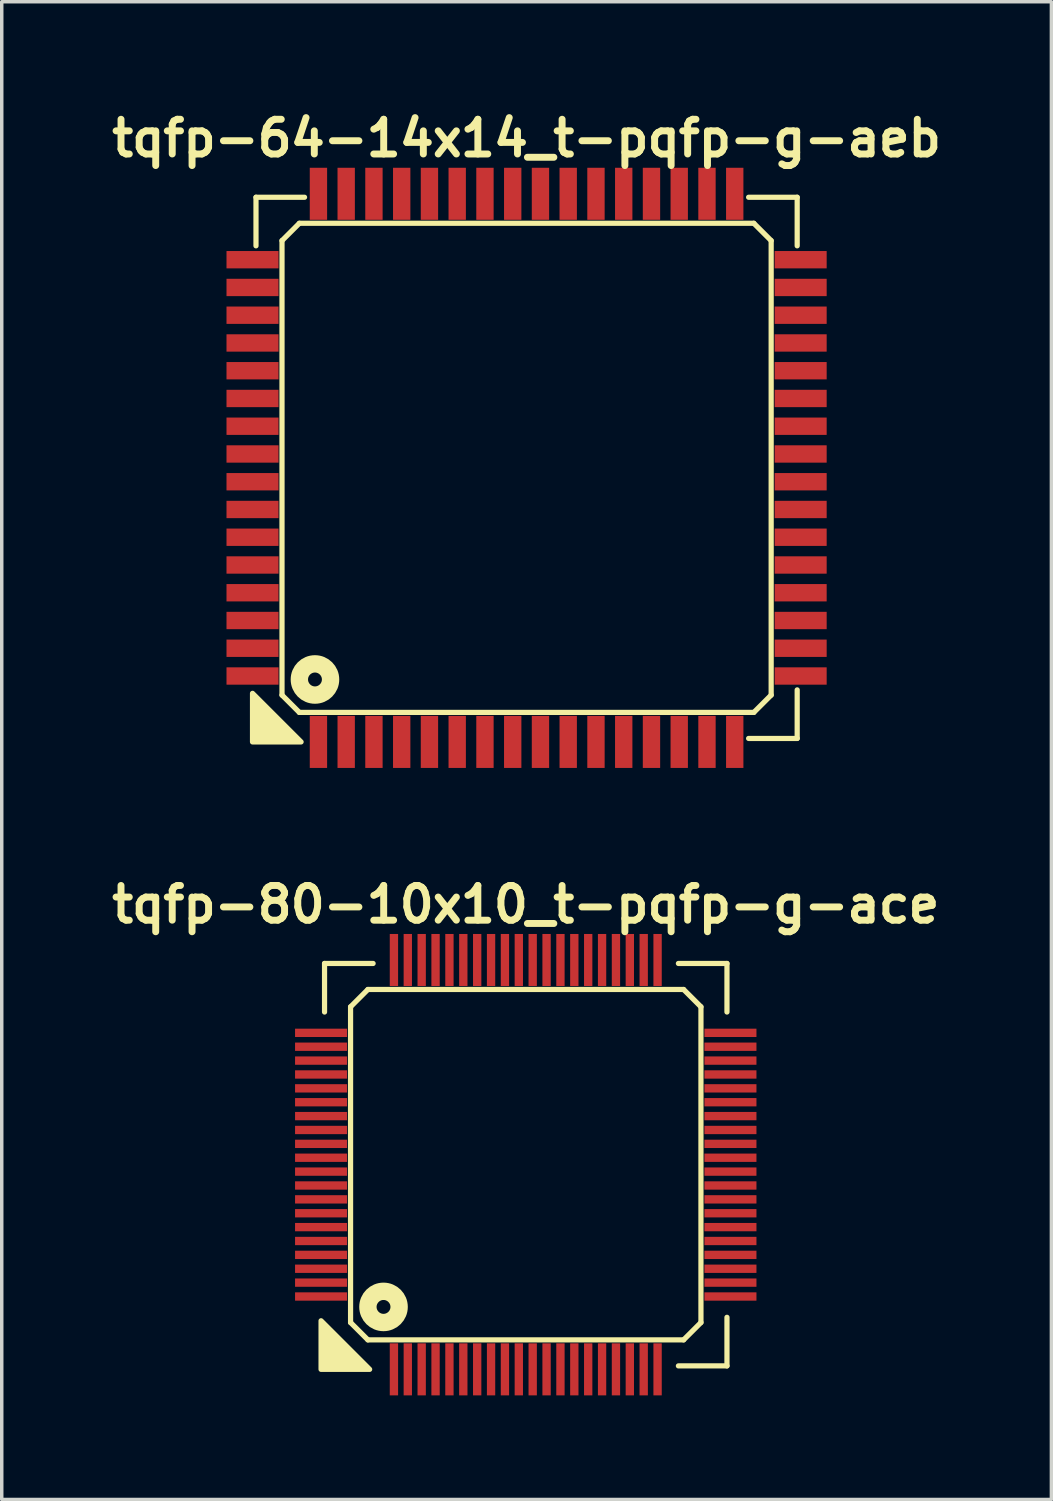
<source format=kicad_pcb>
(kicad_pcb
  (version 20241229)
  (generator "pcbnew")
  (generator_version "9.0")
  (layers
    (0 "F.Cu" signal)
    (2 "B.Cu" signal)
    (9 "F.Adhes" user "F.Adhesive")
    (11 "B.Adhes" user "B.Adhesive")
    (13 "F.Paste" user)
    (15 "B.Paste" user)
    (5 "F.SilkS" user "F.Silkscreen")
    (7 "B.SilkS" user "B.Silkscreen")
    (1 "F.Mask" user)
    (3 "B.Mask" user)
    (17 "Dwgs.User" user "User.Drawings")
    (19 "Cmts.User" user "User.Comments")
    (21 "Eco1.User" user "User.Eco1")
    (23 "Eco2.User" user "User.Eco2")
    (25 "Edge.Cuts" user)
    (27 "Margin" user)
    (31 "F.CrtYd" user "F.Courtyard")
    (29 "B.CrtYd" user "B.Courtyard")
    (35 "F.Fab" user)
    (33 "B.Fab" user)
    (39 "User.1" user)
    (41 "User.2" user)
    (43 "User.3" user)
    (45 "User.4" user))
  (footprint "tqfp-64-14x14_t-pqfp-g-aeb"
    (layer "F.Cu")
    (at 12.129 10.436)
    (property "Reference" "tqfp-64-14x14_t-pqfp-g-aeb" (at 0 -9.5 0) (layer "F.SilkS") (effects (font (size 1 1) (thickness 0.2))))
    (attr smd)
    (fp_line (start -7.8 -7.8) (end -6.4 -7.8) (stroke (width 0.15) (type solid)) (layer "F.SilkS"))
    (fp_line (start -7.8 -6.4) (end -7.8 -7.8) (stroke (width 0.15) (type solid)) (layer "F.SilkS"))
    (fp_line (start -7.05 -6.55) (end -6.55 -7.05) (stroke (width 0.15) (type solid)) (layer "F.SilkS"))
    (fp_line (start -7.05 6.55) (end -7.05 -6.55) (stroke (width 0.15) (type solid)) (layer "F.SilkS"))
    (fp_line (start -6.55 -7.05) (end 6.55 -7.05) (stroke (width 0.15) (type solid)) (layer "F.SilkS"))
    (fp_line (start -6.55 7.05) (end -7.05 6.55) (stroke (width 0.15) (type solid)) (layer "F.SilkS"))
    (fp_line (start 6.4 -7.8) (end 7.8 -7.8) (stroke (width 0.15) (type solid)) (layer "F.SilkS"))
    (fp_line (start 6.55 -7.05) (end 7.05 -6.55) (stroke (width 0.15) (type solid)) (layer "F.SilkS"))
    (fp_line (start 6.55 7.05) (end -6.55 7.05) (stroke (width 0.15) (type solid)) (layer "F.SilkS"))
    (fp_line (start 7.05 -6.55) (end 7.05 6.55) (stroke (width 0.15) (type solid)) (layer "F.SilkS"))
    (fp_line (start 7.05 6.55) (end 6.55 7.05) (stroke (width 0.15) (type solid)) (layer "F.SilkS"))
    (fp_line (start 7.8 -7.8) (end 7.8 -6.4) (stroke (width 0.15) (type solid)) (layer "F.SilkS"))
    (fp_line (start 7.8 6.4) (end 7.8 7.8) (stroke (width 0.15) (type solid)) (layer "F.SilkS"))
    (fp_line (start 7.8 7.8) (end 6.4 7.8) (stroke (width 0.15) (type solid)) (layer "F.SilkS"))
    (fp_circle (center -6.1 6.1) (end -5.9 6.1) (stroke (width 0.5) (type solid)) (fill no) (layer "F.SilkS"))
    (fp_poly (pts (xy -6.5 7.9) (xy -7.9 7.9) (xy -7.9 6.5)) (stroke (width 0.15) (type solid)) (fill yes) (layer "F.SilkS"))
    (pad "1" smd rect (at -6 7.9) (size 0.5 1.5) (layers "F.Cu" "F.Mask" "F.Paste"))
    (pad "2" smd rect (at -5.2 7.9) (size 0.5 1.5) (layers "F.Cu" "F.Mask" "F.Paste"))
    (pad "3" smd rect (at -4.4 7.9) (size 0.5 1.5) (layers "F.Cu" "F.Mask" "F.Paste"))
    (pad "4" smd rect (at -3.6 7.9) (size 0.5 1.5) (layers "F.Cu" "F.Mask" "F.Paste"))
    (pad "5" smd rect (at -2.8 7.9) (size 0.5 1.5) (layers "F.Cu" "F.Mask" "F.Paste"))
    (pad "6" smd rect (at -2 7.9) (size 0.5 1.5) (layers "F.Cu" "F.Mask" "F.Paste"))
    (pad "7" smd rect (at -1.2 7.9) (size 0.5 1.5) (layers "F.Cu" "F.Mask" "F.Paste"))
    (pad "8" smd rect (at -0.4 7.9) (size 0.5 1.5) (layers "F.Cu" "F.Mask" "F.Paste"))
    (pad "9" smd rect (at 0.4 7.9) (size 0.5 1.5) (layers "F.Cu" "F.Mask" "F.Paste"))
    (pad "10" smd rect (at 1.2 7.9) (size 0.5 1.5) (layers "F.Cu" "F.Mask" "F.Paste"))
    (pad "11" smd rect (at 2 7.9) (size 0.5 1.5) (layers "F.Cu" "F.Mask" "F.Paste"))
    (pad "12" smd rect (at 2.8 7.9) (size 0.5 1.5) (layers "F.Cu" "F.Mask" "F.Paste"))
    (pad "13" smd rect (at 3.6 7.9) (size 0.5 1.5) (layers "F.Cu" "F.Mask" "F.Paste"))
    (pad "14" smd rect (at 4.4 7.9) (size 0.5 1.5) (layers "F.Cu" "F.Mask" "F.Paste"))
    (pad "15" smd rect (at 5.2 7.9) (size 0.5 1.5) (layers "F.Cu" "F.Mask" "F.Paste"))
    (pad "16" smd rect (at 6 7.9) (size 0.5 1.5) (layers "F.Cu" "F.Mask" "F.Paste"))
    (pad "17" smd rect (at 7.9 6) (size 1.5 0.5) (layers "F.Cu" "F.Mask" "F.Paste"))
    (pad "18" smd rect (at 7.9 5.2) (size 1.5 0.5) (layers "F.Cu" "F.Mask" "F.Paste"))
    (pad "19" smd rect (at 7.9 4.4) (size 1.5 0.5) (layers "F.Cu" "F.Mask" "F.Paste"))
    (pad "20" smd rect (at 7.9 3.6) (size 1.5 0.5) (layers "F.Cu" "F.Mask" "F.Paste"))
    (pad "21" smd rect (at 7.9 2.8) (size 1.5 0.5) (layers "F.Cu" "F.Mask" "F.Paste"))
    (pad "22" smd rect (at 7.9 2) (size 1.5 0.5) (layers "F.Cu" "F.Mask" "F.Paste"))
    (pad "23" smd rect (at 7.9 1.2) (size 1.5 0.5) (layers "F.Cu" "F.Mask" "F.Paste"))
    (pad "24" smd rect (at 7.9 0.4) (size 1.5 0.5) (layers "F.Cu" "F.Mask" "F.Paste"))
    (pad "25" smd rect (at 7.9 -0.4) (size 1.5 0.5) (layers "F.Cu" "F.Mask" "F.Paste"))
    (pad "26" smd rect (at 7.9 -1.2) (size 1.5 0.5) (layers "F.Cu" "F.Mask" "F.Paste"))
    (pad "27" smd rect (at 7.9 -2) (size 1.5 0.5) (layers "F.Cu" "F.Mask" "F.Paste"))
    (pad "28" smd rect (at 7.9 -2.8) (size 1.5 0.5) (layers "F.Cu" "F.Mask" "F.Paste"))
    (pad "29" smd rect (at 7.9 -3.6) (size 1.5 0.5) (layers "F.Cu" "F.Mask" "F.Paste"))
    (pad "30" smd rect (at 7.9 -4.4) (size 1.5 0.5) (layers "F.Cu" "F.Mask" "F.Paste"))
    (pad "31" smd rect (at 7.9 -5.2) (size 1.5 0.5) (layers "F.Cu" "F.Mask" "F.Paste"))
    (pad "32" smd rect (at 7.9 -6) (size 1.5 0.5) (layers "F.Cu" "F.Mask" "F.Paste"))
    (pad "33" smd rect (at 6 -7.9) (size 0.5 1.5) (layers "F.Cu" "F.Mask" "F.Paste"))
    (pad "34" smd rect (at 5.2 -7.9) (size 0.5 1.5) (layers "F.Cu" "F.Mask" "F.Paste"))
    (pad "35" smd rect (at 4.4 -7.9) (size 0.5 1.5) (layers "F.Cu" "F.Mask" "F.Paste"))
    (pad "36" smd rect (at 3.6 -7.9) (size 0.5 1.5) (layers "F.Cu" "F.Mask" "F.Paste"))
    (pad "37" smd rect (at 2.8 -7.9) (size 0.5 1.5) (layers "F.Cu" "F.Mask" "F.Paste"))
    (pad "38" smd rect (at 2 -7.9) (size 0.5 1.5) (layers "F.Cu" "F.Mask" "F.Paste"))
    (pad "39" smd rect (at 1.2 -7.9) (size 0.5 1.5) (layers "F.Cu" "F.Mask" "F.Paste"))
    (pad "40" smd rect (at 0.4 -7.9) (size 0.5 1.5) (layers "F.Cu" "F.Mask" "F.Paste"))
    (pad "41" smd rect (at -0.4 -7.9) (size 0.5 1.5) (layers "F.Cu" "F.Mask" "F.Paste"))
    (pad "42" smd rect (at -1.2 -7.9) (size 0.5 1.5) (layers "F.Cu" "F.Mask" "F.Paste"))
    (pad "43" smd rect (at -2 -7.9) (size 0.5 1.5) (layers "F.Cu" "F.Mask" "F.Paste"))
    (pad "44" smd rect (at -2.8 -7.9) (size 0.5 1.5) (layers "F.Cu" "F.Mask" "F.Paste"))
    (pad "45" smd rect (at -3.6 -7.9) (size 0.5 1.5) (layers "F.Cu" "F.Mask" "F.Paste"))
    (pad "46" smd rect (at -4.4 -7.9) (size 0.5 1.5) (layers "F.Cu" "F.Mask" "F.Paste"))
    (pad "47" smd rect (at -5.2 -7.9) (size 0.5 1.5) (layers "F.Cu" "F.Mask" "F.Paste"))
    (pad "48" smd rect (at -6 -7.9) (size 0.5 1.5) (layers "F.Cu" "F.Mask" "F.Paste"))
    (pad "49" smd rect (at -7.9 -6) (size 1.5 0.5) (layers "F.Cu" "F.Mask" "F.Paste"))
    (pad "50" smd rect (at -7.9 -5.2) (size 1.5 0.5) (layers "F.Cu" "F.Mask" "F.Paste"))
    (pad "51" smd rect (at -7.9 -4.4) (size 1.5 0.5) (layers "F.Cu" "F.Mask" "F.Paste"))
    (pad "52" smd rect (at -7.9 -3.6) (size 1.5 0.5) (layers "F.Cu" "F.Mask" "F.Paste"))
    (pad "53" smd rect (at -7.9 -2.8) (size 1.5 0.5) (layers "F.Cu" "F.Mask" "F.Paste"))
    (pad "54" smd rect (at -7.9 -2) (size 1.5 0.5) (layers "F.Cu" "F.Mask" "F.Paste"))
    (pad "55" smd rect (at -7.9 -1.2) (size 1.5 0.5) (layers "F.Cu" "F.Mask" "F.Paste"))
    (pad "56" smd rect (at -7.9 -0.4) (size 1.5 0.5) (layers "F.Cu" "F.Mask" "F.Paste"))
    (pad "57" smd rect (at -7.9 0.4) (size 1.5 0.5) (layers "F.Cu" "F.Mask" "F.Paste"))
    (pad "58" smd rect (at -7.9 1.2) (size 1.5 0.5) (layers "F.Cu" "F.Mask" "F.Paste"))
    (pad "59" smd rect (at -7.9 2) (size 1.5 0.5) (layers "F.Cu" "F.Mask" "F.Paste"))
    (pad "60" smd rect (at -7.9 2.8) (size 1.5 0.5) (layers "F.Cu" "F.Mask" "F.Paste"))
    (pad "61" smd rect (at -7.9 3.6) (size 1.5 0.5) (layers "F.Cu" "F.Mask" "F.Paste"))
    (pad "62" smd rect (at -7.9 4.4) (size 1.5 0.5) (layers "F.Cu" "F.Mask" "F.Paste"))
    (pad "63" smd rect (at -7.9 5.2) (size 1.5 0.5) (layers "F.Cu" "F.Mask" "F.Paste"))
    (pad "64" smd rect (at -7.9 6) (size 1.5 0.5) (layers "F.Cu" "F.Mask" "F.Paste")))
  (footprint "tqfp-80-10x10_t-pqfp-g-ace"
    (layer "F.Cu")
    (at 12.105 30.522)
    (property "Reference" "tqfp-80-10x10_t-pqfp-g-ace" (at 0 -7.5 0) (layer "F.SilkS") (effects (font (size 1 1) (thickness 0.2))))
    (attr smd)
    (fp_line (start -5.8 -5.8) (end -4.4 -5.8) (stroke (width 0.15) (type solid)) (layer "F.SilkS"))
    (fp_line (start -5.8 -4.4) (end -5.8 -5.8) (stroke (width 0.15) (type solid)) (layer "F.SilkS"))
    (fp_line (start -5.05 -4.55) (end -4.55 -5.05) (stroke (width 0.15) (type solid)) (layer "F.SilkS"))
    (fp_line (start -5.05 4.55) (end -5.05 -4.55) (stroke (width 0.15) (type solid)) (layer "F.SilkS"))
    (fp_line (start -4.55 -5.05) (end 4.55 -5.05) (stroke (width 0.15) (type solid)) (layer "F.SilkS"))
    (fp_line (start -4.55 5.05) (end -5.05 4.55) (stroke (width 0.15) (type solid)) (layer "F.SilkS"))
    (fp_line (start 4.4 -5.8) (end 5.8 -5.8) (stroke (width 0.15) (type solid)) (layer "F.SilkS"))
    (fp_line (start 4.55 -5.05) (end 5.05 -4.55) (stroke (width 0.15) (type solid)) (layer "F.SilkS"))
    (fp_line (start 4.55 5.05) (end -4.55 5.05) (stroke (width 0.15) (type solid)) (layer "F.SilkS"))
    (fp_line (start 5.05 -4.55) (end 5.05 4.55) (stroke (width 0.15) (type solid)) (layer "F.SilkS"))
    (fp_line (start 5.05 4.55) (end 4.55 5.05) (stroke (width 0.15) (type solid)) (layer "F.SilkS"))
    (fp_line (start 5.8 -5.8) (end 5.8 -4.4) (stroke (width 0.15) (type solid)) (layer "F.SilkS"))
    (fp_line (start 5.8 4.4) (end 5.8 5.8) (stroke (width 0.15) (type solid)) (layer "F.SilkS"))
    (fp_line (start 5.8 5.8) (end 4.4 5.8) (stroke (width 0.15) (type solid)) (layer "F.SilkS"))
    (fp_circle (center -4.1 4.1) (end -3.9 4.1) (stroke (width 0.5) (type solid)) (fill no) (layer "F.SilkS"))
    (fp_poly (pts (xy -4.5 5.9) (xy -5.9 5.9) (xy -5.9 4.5)) (stroke (width 0.15) (type solid)) (fill yes) (layer "F.SilkS"))
    (pad "1" smd rect (at -3.8 5.9) (size 0.24 1.5) (layers "F.Cu" "F.Mask" "F.Paste"))
    (pad "2" smd rect (at -3.4 5.9) (size 0.24 1.5) (layers "F.Cu" "F.Mask" "F.Paste"))
    (pad "3" smd rect (at -3 5.9) (size 0.24 1.5) (layers "F.Cu" "F.Mask" "F.Paste"))
    (pad "4" smd rect (at -2.6 5.9) (size 0.24 1.5) (layers "F.Cu" "F.Mask" "F.Paste"))
    (pad "5" smd rect (at -2.2 5.9) (size 0.24 1.5) (layers "F.Cu" "F.Mask" "F.Paste"))
    (pad "6" smd rect (at -1.8 5.9) (size 0.24 1.5) (layers "F.Cu" "F.Mask" "F.Paste"))
    (pad "7" smd rect (at -1.4 5.9) (size 0.24 1.5) (layers "F.Cu" "F.Mask" "F.Paste"))
    (pad "8" smd rect (at -1 5.9) (size 0.24 1.5) (layers "F.Cu" "F.Mask" "F.Paste"))
    (pad "9" smd rect (at -0.6 5.9) (size 0.24 1.5) (layers "F.Cu" "F.Mask" "F.Paste"))
    (pad "10" smd rect (at -0.2 5.9) (size 0.24 1.5) (layers "F.Cu" "F.Mask" "F.Paste"))
    (pad "11" smd rect (at 0.2 5.9) (size 0.24 1.5) (layers "F.Cu" "F.Mask" "F.Paste"))
    (pad "12" smd rect (at 0.6 5.9) (size 0.24 1.5) (layers "F.Cu" "F.Mask" "F.Paste"))
    (pad "13" smd rect (at 1 5.9) (size 0.24 1.5) (layers "F.Cu" "F.Mask" "F.Paste"))
    (pad "14" smd rect (at 1.4 5.9) (size 0.24 1.5) (layers "F.Cu" "F.Mask" "F.Paste"))
    (pad "15" smd rect (at 1.8 5.9) (size 0.24 1.5) (layers "F.Cu" "F.Mask" "F.Paste"))
    (pad "16" smd rect (at 2.2 5.9) (size 0.24 1.5) (layers "F.Cu" "F.Mask" "F.Paste"))
    (pad "17" smd rect (at 2.6 5.9) (size 0.24 1.5) (layers "F.Cu" "F.Mask" "F.Paste"))
    (pad "18" smd rect (at 3 5.9) (size 0.24 1.5) (layers "F.Cu" "F.Mask" "F.Paste"))
    (pad "19" smd rect (at 3.4 5.9) (size 0.24 1.5) (layers "F.Cu" "F.Mask" "F.Paste"))
    (pad "20" smd rect (at 3.8 5.9) (size 0.24 1.5) (layers "F.Cu" "F.Mask" "F.Paste"))
    (pad "21" smd rect (at 5.9 3.8) (size 1.5 0.24) (layers "F.Cu" "F.Mask" "F.Paste"))
    (pad "22" smd rect (at 5.9 3.4) (size 1.5 0.24) (layers "F.Cu" "F.Mask" "F.Paste"))
    (pad "23" smd rect (at 5.9 3) (size 1.5 0.24) (layers "F.Cu" "F.Mask" "F.Paste"))
    (pad "24" smd rect (at 5.9 2.6) (size 1.5 0.24) (layers "F.Cu" "F.Mask" "F.Paste"))
    (pad "25" smd rect (at 5.9 2.2) (size 1.5 0.24) (layers "F.Cu" "F.Mask" "F.Paste"))
    (pad "26" smd rect (at 5.9 1.8) (size 1.5 0.24) (layers "F.Cu" "F.Mask" "F.Paste"))
    (pad "27" smd rect (at 5.9 1.4) (size 1.5 0.24) (layers "F.Cu" "F.Mask" "F.Paste"))
    (pad "28" smd rect (at 5.9 1) (size 1.5 0.24) (layers "F.Cu" "F.Mask" "F.Paste"))
    (pad "29" smd rect (at 5.9 0.6) (size 1.5 0.24) (layers "F.Cu" "F.Mask" "F.Paste"))
    (pad "30" smd rect (at 5.9 0.2) (size 1.5 0.24) (layers "F.Cu" "F.Mask" "F.Paste"))
    (pad "31" smd rect (at 5.9 -0.2) (size 1.5 0.24) (layers "F.Cu" "F.Mask" "F.Paste"))
    (pad "32" smd rect (at 5.9 -0.6) (size 1.5 0.24) (layers "F.Cu" "F.Mask" "F.Paste"))
    (pad "33" smd rect (at 5.9 -1) (size 1.5 0.24) (layers "F.Cu" "F.Mask" "F.Paste"))
    (pad "34" smd rect (at 5.9 -1.4) (size 1.5 0.24) (layers "F.Cu" "F.Mask" "F.Paste"))
    (pad "35" smd rect (at 5.9 -1.8) (size 1.5 0.24) (layers "F.Cu" "F.Mask" "F.Paste"))
    (pad "36" smd rect (at 5.9 -2.2) (size 1.5 0.24) (layers "F.Cu" "F.Mask" "F.Paste"))
    (pad "37" smd rect (at 5.9 -2.6) (size 1.5 0.24) (layers "F.Cu" "F.Mask" "F.Paste"))
    (pad "38" smd rect (at 5.9 -3) (size 1.5 0.24) (layers "F.Cu" "F.Mask" "F.Paste"))
    (pad "39" smd rect (at 5.9 -3.4) (size 1.5 0.24) (layers "F.Cu" "F.Mask" "F.Paste"))
    (pad "40" smd rect (at 5.9 -3.8) (size 1.5 0.24) (layers "F.Cu" "F.Mask" "F.Paste"))
    (pad "41" smd rect (at 3.8 -5.9) (size 0.24 1.5) (layers "F.Cu" "F.Mask" "F.Paste"))
    (pad "42" smd rect (at 3.4 -5.9) (size 0.24 1.5) (layers "F.Cu" "F.Mask" "F.Paste"))
    (pad "43" smd rect (at 3 -5.9) (size 0.24 1.5) (layers "F.Cu" "F.Mask" "F.Paste"))
    (pad "44" smd rect (at 2.6 -5.9) (size 0.24 1.5) (layers "F.Cu" "F.Mask" "F.Paste"))
    (pad "45" smd rect (at 2.2 -5.9) (size 0.24 1.5) (layers "F.Cu" "F.Mask" "F.Paste"))
    (pad "46" smd rect (at 1.8 -5.9) (size 0.24 1.5) (layers "F.Cu" "F.Mask" "F.Paste"))
    (pad "47" smd rect (at 1.4 -5.9) (size 0.24 1.5) (layers "F.Cu" "F.Mask" "F.Paste"))
    (pad "48" smd rect (at 1 -5.9) (size 0.24 1.5) (layers "F.Cu" "F.Mask" "F.Paste"))
    (pad "49" smd rect (at 0.6 -5.9) (size 0.24 1.5) (layers "F.Cu" "F.Mask" "F.Paste"))
    (pad "50" smd rect (at 0.2 -5.9) (size 0.24 1.5) (layers "F.Cu" "F.Mask" "F.Paste"))
    (pad "51" smd rect (at -0.2 -5.9) (size 0.24 1.5) (layers "F.Cu" "F.Mask" "F.Paste"))
    (pad "52" smd rect (at -0.6 -5.9) (size 0.24 1.5) (layers "F.Cu" "F.Mask" "F.Paste"))
    (pad "53" smd rect (at -1 -5.9) (size 0.24 1.5) (layers "F.Cu" "F.Mask" "F.Paste"))
    (pad "54" smd rect (at -1.4 -5.9) (size 0.24 1.5) (layers "F.Cu" "F.Mask" "F.Paste"))
    (pad "55" smd rect (at -1.8 -5.9) (size 0.24 1.5) (layers "F.Cu" "F.Mask" "F.Paste"))
    (pad "56" smd rect (at -2.2 -5.9) (size 0.24 1.5) (layers "F.Cu" "F.Mask" "F.Paste"))
    (pad "57" smd rect (at -2.6 -5.9) (size 0.24 1.5) (layers "F.Cu" "F.Mask" "F.Paste"))
    (pad "58" smd rect (at -3 -5.9) (size 0.24 1.5) (layers "F.Cu" "F.Mask" "F.Paste"))
    (pad "59" smd rect (at -3.4 -5.9) (size 0.24 1.5) (layers "F.Cu" "F.Mask" "F.Paste"))
    (pad "60" smd rect (at -3.8 -5.9) (size 0.24 1.5) (layers "F.Cu" "F.Mask" "F.Paste"))
    (pad "61" smd rect (at -5.9 -3.8) (size 1.5 0.24) (layers "F.Cu" "F.Mask" "F.Paste"))
    (pad "62" smd rect (at -5.9 -3.4) (size 1.5 0.24) (layers "F.Cu" "F.Mask" "F.Paste"))
    (pad "63" smd rect (at -5.9 -3) (size 1.5 0.24) (layers "F.Cu" "F.Mask" "F.Paste"))
    (pad "64" smd rect (at -5.9 -2.6) (size 1.5 0.24) (layers "F.Cu" "F.Mask" "F.Paste"))
    (pad "65" smd rect (at -5.9 -2.2) (size 1.5 0.24) (layers "F.Cu" "F.Mask" "F.Paste"))
    (pad "66" smd rect (at -5.9 -1.8) (size 1.5 0.24) (layers "F.Cu" "F.Mask" "F.Paste"))
    (pad "67" smd rect (at -5.9 -1.4) (size 1.5 0.24) (layers "F.Cu" "F.Mask" "F.Paste"))
    (pad "68" smd rect (at -5.9 -1) (size 1.5 0.24) (layers "F.Cu" "F.Mask" "F.Paste"))
    (pad "69" smd rect (at -5.9 -0.6) (size 1.5 0.24) (layers "F.Cu" "F.Mask" "F.Paste"))
    (pad "70" smd rect (at -5.9 -0.2) (size 1.5 0.24) (layers "F.Cu" "F.Mask" "F.Paste"))
    (pad "71" smd rect (at -5.9 0.2) (size 1.5 0.24) (layers "F.Cu" "F.Mask" "F.Paste"))
    (pad "72" smd rect (at -5.9 0.6) (size 1.5 0.24) (layers "F.Cu" "F.Mask" "F.Paste"))
    (pad "73" smd rect (at -5.9 1) (size 1.5 0.24) (layers "F.Cu" "F.Mask" "F.Paste"))
    (pad "74" smd rect (at -5.9 1.4) (size 1.5 0.24) (layers "F.Cu" "F.Mask" "F.Paste"))
    (pad "75" smd rect (at -5.9 1.8) (size 1.5 0.24) (layers "F.Cu" "F.Mask" "F.Paste"))
    (pad "76" smd rect (at -5.9 2.2) (size 1.5 0.24) (layers "F.Cu" "F.Mask" "F.Paste"))
    (pad "77" smd rect (at -5.9 2.6) (size 1.5 0.24) (layers "F.Cu" "F.Mask" "F.Paste"))
    (pad "78" smd rect (at -5.9 3) (size 1.5 0.24) (layers "F.Cu" "F.Mask" "F.Paste"))
    (pad "79" smd rect (at -5.9 3.4) (size 1.5 0.24) (layers "F.Cu" "F.Mask" "F.Paste"))
    (pad "80" smd rect (at -5.9 3.8) (size 1.5 0.24) (layers "F.Cu" "F.Mask" "F.Paste")))
  (gr_rect
    (start -3 -3)
    (end 27.257 40.172)
    (stroke (width 0.1) (type default))
    (fill no)
    (layer "Edge.Cuts")))
</source>
